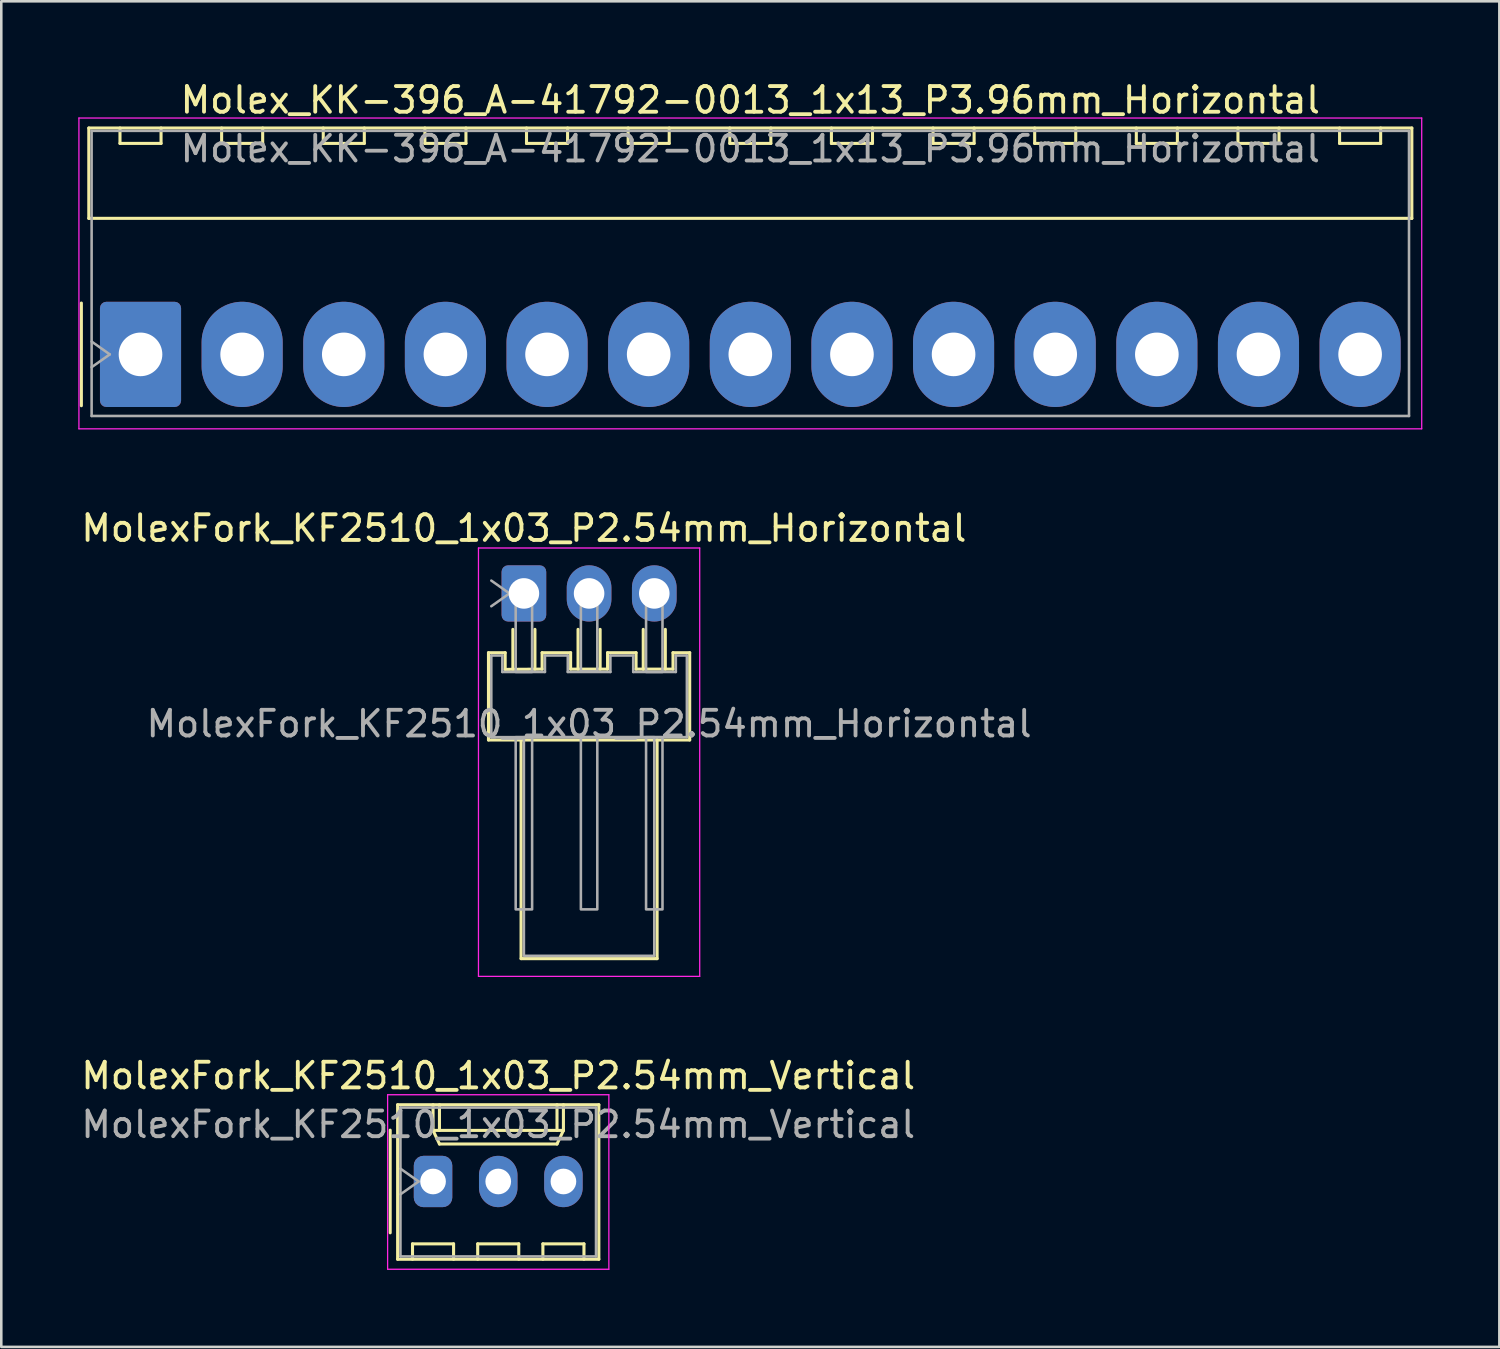
<source format=kicad_pcb>
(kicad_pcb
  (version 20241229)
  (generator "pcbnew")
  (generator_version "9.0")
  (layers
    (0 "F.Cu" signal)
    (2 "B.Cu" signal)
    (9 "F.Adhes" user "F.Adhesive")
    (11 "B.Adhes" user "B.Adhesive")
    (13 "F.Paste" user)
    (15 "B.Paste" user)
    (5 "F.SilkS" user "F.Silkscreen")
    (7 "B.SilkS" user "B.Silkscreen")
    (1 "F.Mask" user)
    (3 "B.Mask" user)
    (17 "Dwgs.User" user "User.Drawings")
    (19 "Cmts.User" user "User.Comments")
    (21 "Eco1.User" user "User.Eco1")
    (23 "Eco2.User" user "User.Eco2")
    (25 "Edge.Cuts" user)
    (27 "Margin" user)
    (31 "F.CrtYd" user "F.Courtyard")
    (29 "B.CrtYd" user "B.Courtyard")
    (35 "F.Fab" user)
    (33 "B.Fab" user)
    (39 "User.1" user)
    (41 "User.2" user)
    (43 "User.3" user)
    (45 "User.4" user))
  (footprint "Molex_KK-396_A-41792-0013_1x13_P3.96mm_Horizontal"
    (layer "F.Cu")
    (at 2.425 10.758)
    (property "Reference" "Molex_KK-396_A-41792-0013_1x13_P3.96mm_Horizontal" (at 23.76 -9.91 0) (layer "F.SilkS") (effects (font (size 1 1) (thickness 0.15))))
    (attr through_hole)
    (fp_line (start -2.305 -2) (end -2.305 2) (stroke (width 0.12) (type solid)) (layer "F.SilkS"))
    (fp_line (start -2.015 -8.82) (end 49.535 -8.82) (stroke (width 0.12) (type solid)) (layer "F.SilkS"))
    (fp_line (start -2.015 -5.3) (end -2.015 -8.82) (stroke (width 0.12) (type solid)) (layer "F.SilkS"))
    (fp_line (start -0.8 -8.82) (end -0.8 -8.22) (stroke (width 0.12) (type solid)) (layer "F.SilkS"))
    (fp_line (start -0.8 -8.22) (end 0.8 -8.22) (stroke (width 0.12) (type solid)) (layer "F.SilkS"))
    (fp_line (start 0.8 -8.22) (end 0.8 -8.82) (stroke (width 0.12) (type solid)) (layer "F.SilkS"))
    (fp_line (start 3.16 -8.82) (end 3.16 -8.22) (stroke (width 0.12) (type solid)) (layer "F.SilkS"))
    (fp_line (start 3.16 -8.22) (end 4.76 -8.22) (stroke (width 0.12) (type solid)) (layer "F.SilkS"))
    (fp_line (start 4.76 -8.22) (end 4.76 -8.82) (stroke (width 0.12) (type solid)) (layer "F.SilkS"))
    (fp_line (start 7.12 -8.82) (end 7.12 -8.22) (stroke (width 0.12) (type solid)) (layer "F.SilkS"))
    (fp_line (start 7.12 -8.22) (end 8.72 -8.22) (stroke (width 0.12) (type solid)) (layer "F.SilkS"))
    (fp_line (start 8.72 -8.22) (end 8.72 -8.82) (stroke (width 0.12) (type solid)) (layer "F.SilkS"))
    (fp_line (start 11.08 -8.82) (end 11.08 -8.22) (stroke (width 0.12) (type solid)) (layer "F.SilkS"))
    (fp_line (start 11.08 -8.22) (end 12.68 -8.22) (stroke (width 0.12) (type solid)) (layer "F.SilkS"))
    (fp_line (start 12.68 -8.22) (end 12.68 -8.82) (stroke (width 0.12) (type solid)) (layer "F.SilkS"))
    (fp_line (start 15.04 -8.82) (end 15.04 -8.22) (stroke (width 0.12) (type solid)) (layer "F.SilkS"))
    (fp_line (start 15.04 -8.22) (end 16.64 -8.22) (stroke (width 0.12) (type solid)) (layer "F.SilkS"))
    (fp_line (start 16.64 -8.22) (end 16.64 -8.82) (stroke (width 0.12) (type solid)) (layer "F.SilkS"))
    (fp_line (start 19 -8.82) (end 19 -8.22) (stroke (width 0.12) (type solid)) (layer "F.SilkS"))
    (fp_line (start 19 -8.22) (end 20.6 -8.22) (stroke (width 0.12) (type solid)) (layer "F.SilkS"))
    (fp_line (start 20.6 -8.22) (end 20.6 -8.82) (stroke (width 0.12) (type solid)) (layer "F.SilkS"))
    (fp_line (start 22.96 -8.82) (end 22.96 -8.22) (stroke (width 0.12) (type solid)) (layer "F.SilkS"))
    (fp_line (start 22.96 -8.22) (end 24.56 -8.22) (stroke (width 0.12) (type solid)) (layer "F.SilkS"))
    (fp_line (start 24.56 -8.22) (end 24.56 -8.82) (stroke (width 0.12) (type solid)) (layer "F.SilkS"))
    (fp_line (start 26.92 -8.82) (end 26.92 -8.22) (stroke (width 0.12) (type solid)) (layer "F.SilkS"))
    (fp_line (start 26.92 -8.22) (end 28.52 -8.22) (stroke (width 0.12) (type solid)) (layer "F.SilkS"))
    (fp_line (start 28.52 -8.22) (end 28.52 -8.82) (stroke (width 0.12) (type solid)) (layer "F.SilkS"))
    (fp_line (start 30.88 -8.82) (end 30.88 -8.22) (stroke (width 0.12) (type solid)) (layer "F.SilkS"))
    (fp_line (start 30.88 -8.22) (end 32.48 -8.22) (stroke (width 0.12) (type solid)) (layer "F.SilkS"))
    (fp_line (start 32.48 -8.22) (end 32.48 -8.82) (stroke (width 0.12) (type solid)) (layer "F.SilkS"))
    (fp_line (start 34.84 -8.82) (end 34.84 -8.22) (stroke (width 0.12) (type solid)) (layer "F.SilkS"))
    (fp_line (start 34.84 -8.22) (end 36.44 -8.22) (stroke (width 0.12) (type solid)) (layer "F.SilkS"))
    (fp_line (start 36.44 -8.22) (end 36.44 -8.82) (stroke (width 0.12) (type solid)) (layer "F.SilkS"))
    (fp_line (start 38.8 -8.82) (end 38.8 -8.22) (stroke (width 0.12) (type solid)) (layer "F.SilkS"))
    (fp_line (start 38.8 -8.22) (end 40.4 -8.22) (stroke (width 0.12) (type solid)) (layer "F.SilkS"))
    (fp_line (start 40.4 -8.22) (end 40.4 -8.82) (stroke (width 0.12) (type solid)) (layer "F.SilkS"))
    (fp_line (start 42.76 -8.82) (end 42.76 -8.22) (stroke (width 0.12) (type solid)) (layer "F.SilkS"))
    (fp_line (start 42.76 -8.22) (end 44.36 -8.22) (stroke (width 0.12) (type solid)) (layer "F.SilkS"))
    (fp_line (start 44.36 -8.22) (end 44.36 -8.82) (stroke (width 0.12) (type solid)) (layer "F.SilkS"))
    (fp_line (start 46.72 -8.82) (end 46.72 -8.22) (stroke (width 0.12) (type solid)) (layer "F.SilkS"))
    (fp_line (start 46.72 -8.22) (end 48.32 -8.22) (stroke (width 0.12) (type solid)) (layer "F.SilkS"))
    (fp_line (start 48.32 -8.22) (end 48.32 -8.82) (stroke (width 0.12) (type solid)) (layer "F.SilkS"))
    (fp_line (start 49.535 -8.82) (end 49.535 -5.3) (stroke (width 0.12) (type solid)) (layer "F.SilkS"))
    (fp_line (start 49.535 -5.3) (end -2.015 -5.3) (stroke (width 0.12) (type solid)) (layer "F.SilkS"))
    (fp_line (start -2.4 -9.21) (end -2.4 2.9) (stroke (width 0.05) (type solid)) (layer "F.CrtYd"))
    (fp_line (start -2.4 2.9) (end 49.92 2.9) (stroke (width 0.05) (type solid)) (layer "F.CrtYd"))
    (fp_line (start 49.92 -9.21) (end -2.4 -9.21) (stroke (width 0.05) (type solid)) (layer "F.CrtYd"))
    (fp_line (start 49.92 2.9) (end 49.92 -9.21) (stroke (width 0.05) (type solid)) (layer "F.CrtYd"))
    (fp_line (start -1.905 -8.71) (end 49.425 -8.71) (stroke (width 0.1) (type solid)) (layer "F.Fab"))
    (fp_line (start -1.905 -0.5) (end -1.198 0) (stroke (width 0.1) (type solid)) (layer "F.Fab"))
    (fp_line (start -1.905 2.4) (end -1.905 -8.71) (stroke (width 0.1) (type solid)) (layer "F.Fab"))
    (fp_line (start -1.198 0) (end -1.905 0.5) (stroke (width 0.1) (type solid)) (layer "F.Fab"))
    (fp_line (start 49.425 -8.71) (end 49.425 2.4) (stroke (width 0.1) (type solid)) (layer "F.Fab"))
    (fp_line (start 49.425 2.4) (end -1.905 2.4) (stroke (width 0.1) (type solid)) (layer "F.Fab"))
    (fp_text user "${REFERENCE}" (at 23.76 -8.01 0) (layer "F.Fab") (effects (font (size 1 1) (thickness 0.15))))
    (pad "1" thru_hole roundrect (at 0 0) (size 3.16 4.1) (drill 1.7) (layers "*.Cu" "*.Mask") (roundrect_rratio 0.079))
    (pad "2" thru_hole oval (at 3.96 0) (size 3.16 4.1) (drill 1.7) (layers "*.Cu" "*.Mask"))
    (pad "3" thru_hole oval (at 7.92 0) (size 3.16 4.1) (drill 1.7) (layers "*.Cu" "*.Mask"))
    (pad "4" thru_hole oval (at 11.88 0) (size 3.16 4.1) (drill 1.7) (layers "*.Cu" "*.Mask"))
    (pad "5" thru_hole oval (at 15.84 0) (size 3.16 4.1) (drill 1.7) (layers "*.Cu" "*.Mask"))
    (pad "6" thru_hole oval (at 19.8 0) (size 3.16 4.1) (drill 1.7) (layers "*.Cu" "*.Mask"))
    (pad "7" thru_hole oval (at 23.76 0) (size 3.16 4.1) (drill 1.7) (layers "*.Cu" "*.Mask"))
    (pad "8" thru_hole oval (at 27.72 0) (size 3.16 4.1) (drill 1.7) (layers "*.Cu" "*.Mask"))
    (pad "9" thru_hole oval (at 31.68 0) (size 3.16 4.1) (drill 1.7) (layers "*.Cu" "*.Mask"))
    (pad "10" thru_hole oval (at 35.64 0) (size 3.16 4.1) (drill 1.7) (layers "*.Cu" "*.Mask"))
    (pad "11" thru_hole oval (at 39.6 0) (size 3.16 4.1) (drill 1.7) (layers "*.Cu" "*.Mask"))
    (pad "12" thru_hole oval (at 43.56 0) (size 3.16 4.1) (drill 1.7) (layers "*.Cu" "*.Mask"))
    (pad "13" thru_hole oval (at 47.52 0) (size 3.16 4.1) (drill 1.7) (layers "*.Cu" "*.Mask")))
  (footprint "MolexFork_KF2510_1x03_P2.54mm_Horizontal"
    (layer "F.Cu")
    (at 17.363 20.072)
    (property "Reference" "MolexFork_KF2510_1x03_P2.54mm_Horizontal" (at 0 -2.54 0) (layer "F.SilkS") (effects (font (size 1 1) (thickness 0.15))))
    (attr through_hole)
    (fp_line (start -1.38 2.31) (end -1.38 5.71) (stroke (width 0.12) (type default)) (layer "F.SilkS"))
    (fp_line (start -1.38 2.31) (end -0.73 2.31) (stroke (width 0.12) (type default)) (layer "F.SilkS"))
    (fp_line (start -1.38 5.71) (end -0.11 5.71) (stroke (width 0.12) (type default)) (layer "F.SilkS"))
    (fp_line (start -0.73 2.31) (end -0.73 2.96) (stroke (width 0.12) (type default)) (layer "F.SilkS"))
    (fp_line (start -0.73 2.96) (end 0.71 2.95) (stroke (width 0.12) (type default)) (layer "F.SilkS"))
    (fp_line (start -0.43 1.4) (end -0.43 2.95) (stroke (width 0.12) (type default)) (layer "F.SilkS"))
    (fp_line (start -0.11 5.71) (end -0.11 14.23) (stroke (width 0.12) (type default)) (layer "F.SilkS"))
    (fp_line (start -0.11 5.71) (end 5.19 5.71) (stroke (width 0.12) (type default)) (layer "F.SilkS"))
    (fp_line (start 0.43 1.4) (end 0.43 2.95) (stroke (width 0.12) (type default)) (layer "F.SilkS"))
    (fp_line (start 0.71 2.31) (end 1.82 2.31) (stroke (width 0.12) (type default)) (layer "F.SilkS"))
    (fp_line (start 0.71 2.95) (end 0.71 2.31) (stroke (width 0.12) (type default)) (layer "F.SilkS"))
    (fp_line (start 1.82 2.31) (end 1.82 2.95) (stroke (width 0.12) (type default)) (layer "F.SilkS"))
    (fp_line (start 1.82 2.95) (end 3.26 2.95) (stroke (width 0.12) (type default)) (layer "F.SilkS"))
    (fp_line (start 2.11 1.4) (end 2.11 2.95) (stroke (width 0.12) (type default)) (layer "F.SilkS"))
    (fp_line (start 2.97 1.4) (end 2.97 2.95) (stroke (width 0.12) (type default)) (layer "F.SilkS"))
    (fp_line (start 3.26 2.31) (end 4.37 2.31) (stroke (width 0.12) (type default)) (layer "F.SilkS"))
    (fp_line (start 3.26 2.95) (end 3.26 2.31) (stroke (width 0.12) (type default)) (layer "F.SilkS"))
    (fp_line (start 4.37 2.31) (end 4.37 2.95) (stroke (width 0.12) (type default)) (layer "F.SilkS"))
    (fp_line (start 4.37 2.95) (end 4.65 2.95) (stroke (width 0.12) (type default)) (layer "F.SilkS"))
    (fp_line (start 4.65 1.4) (end 4.65 2.95) (stroke (width 0.12) (type default)) (layer "F.SilkS"))
    (fp_line (start 4.65 2.95) (end 5.81 2.95) (stroke (width 0.12) (type default)) (layer "F.SilkS"))
    (fp_line (start 5.19 5.71) (end 6.46 5.71) (stroke (width 0.12) (type default)) (layer "F.SilkS"))
    (fp_line (start 5.19 14.23) (end -0.11 14.23) (stroke (width 0.12) (type default)) (layer "F.SilkS"))
    (fp_line (start 5.19 14.23) (end 5.19 5.71) (stroke (width 0.12) (type default)) (layer "F.SilkS"))
    (fp_line (start 5.51 1.4) (end 5.51 2.95) (stroke (width 0.12) (type default)) (layer "F.SilkS"))
    (fp_line (start 5.81 2.31) (end 6.46 2.31) (stroke (width 0.12) (type default)) (layer "F.SilkS"))
    (fp_line (start 5.81 2.95) (end 5.81 2.31) (stroke (width 0.12) (type default)) (layer "F.SilkS"))
    (fp_line (start 6.46 5.71) (end 6.46 2.31) (stroke (width 0.12) (type default)) (layer "F.SilkS"))
    (fp_line (start -1.77 -1.77) (end 6.85 -1.77) (stroke (width 0.05) (type solid)) (layer "F.CrtYd"))
    (fp_line (start -1.77 14.92) (end -1.77 -1.77) (stroke (width 0.05) (type solid)) (layer "F.CrtYd"))
    (fp_line (start 6.85 -1.77) (end 6.85 14.92) (stroke (width 0.05) (type solid)) (layer "F.CrtYd"))
    (fp_line (start 6.85 14.92) (end -1.77 14.92) (stroke (width 0.05) (type solid)) (layer "F.CrtYd"))
    (fp_line (start -1.27 0.5) (end -0.563 0) (stroke (width 0.1) (type solid)) (layer "F.Fab"))
    (fp_line (start -1.27 2.42) (end -0.84 2.42) (stroke (width 0.1) (type default)) (layer "F.Fab"))
    (fp_line (start -1.27 5.6) (end -1.27 2.42) (stroke (width 0.1) (type default)) (layer "F.Fab"))
    (fp_line (start -1.27 5.6) (end 6.35 5.6) (stroke (width 0.1) (type default)) (layer "F.Fab"))
    (fp_line (start -1.26 5.6) (end -1.11 5.6) (stroke (width 0.1) (type default)) (layer "F.Fab"))
    (fp_line (start -0.84 2.42) (end -0.84 3.06) (stroke (width 0.1) (type default)) (layer "F.Fab"))
    (fp_line (start -0.84 3.06) (end 0.82 3.06) (stroke (width 0.1) (type default)) (layer "F.Fab"))
    (fp_line (start -0.563 0) (end -1.27 -0.5) (stroke (width 0.1) (type solid)) (layer "F.Fab"))
    (fp_line (start 0.82 2.42) (end 1.71 2.42) (stroke (width 0.1) (type default)) (layer "F.Fab"))
    (fp_line (start 0.82 3.06) (end 0.82 2.42) (stroke (width 0.1) (type default)) (layer "F.Fab"))
    (fp_line (start 1.71 2.42) (end 1.71 3.06) (stroke (width 0.1) (type default)) (layer "F.Fab"))
    (fp_line (start 1.71 3.06) (end 3.37 3.06) (stroke (width 0.1) (type default)) (layer "F.Fab"))
    (fp_line (start 3.37 2.42) (end 4.26 2.42) (stroke (width 0.1) (type default)) (layer "F.Fab"))
    (fp_line (start 3.37 3.06) (end 3.37 2.42) (stroke (width 0.1) (type default)) (layer "F.Fab"))
    (fp_line (start 4.26 2.42) (end 4.26 3.06) (stroke (width 0.1) (type default)) (layer "F.Fab"))
    (fp_line (start 4.26 3.06) (end 5.92 3.06) (stroke (width 0.1) (type default)) (layer "F.Fab"))
    (fp_line (start 5.92 2.42) (end 6.35 2.42) (stroke (width 0.1) (type default)) (layer "F.Fab"))
    (fp_line (start 5.92 3.06) (end 5.92 2.42) (stroke (width 0.1) (type default)) (layer "F.Fab"))
    (fp_line (start 6.35 5.6) (end 6.35 2.42) (stroke (width 0.1) (type default)) (layer "F.Fab"))
    (fp_rect (start -0.32 -0.32) (end 0.32 3.06) (stroke (width 0.1) (type default)) (fill no) (layer "F.Fab"))
    (fp_rect (start -0.32 5.6) (end 0.32 12.31) (stroke (width 0.1) (type default)) (fill no) (layer "F.Fab"))
    (fp_rect (start 0 5.6) (end 5.08 14.12) (stroke (width 0.1) (type default)) (fill no) (layer "F.Fab"))
    (fp_rect (start 2.22 -0.32) (end 2.86 3.04) (stroke (width 0.1) (type default)) (fill no) (layer "F.Fab"))
    (fp_rect (start 2.22 5.6) (end 2.86 12.31) (stroke (width 0.1) (type default)) (fill no) (layer "F.Fab"))
    (fp_rect (start 4.76 -0.32) (end 5.4 3.06) (stroke (width 0.1) (type default)) (fill no) (layer "F.Fab"))
    (fp_rect (start 4.76 5.6) (end 5.4 12.31) (stroke (width 0.1) (type default)) (fill no) (layer "F.Fab"))
    (fp_text user "${REFERENCE}" (at 2.54 5.08 0) (layer "F.Fab") (effects (font (size 1 1) (thickness 0.15))))
    (pad "1" thru_hole roundrect (at 0 0 180) (size 1.74 2.19) (drill 1.19) (layers "*.Cu" "*.Mask") (roundrect_rratio 0.144))
    (pad "2" thru_hole oval (at 2.54 0 180) (size 1.74 2.19) (drill 1.19) (layers "*.Cu" "*.Mask"))
    (pad "3" thru_hole oval (at 5.08 0 180) (size 1.74 2.19) (drill 1.19) (layers "*.Cu" "*.Mask")))
  (footprint "MolexFork_KF2510_1x03_P2.54mm_Vertical"
    (layer "F.Cu")
    (at 13.823 42.985)
    (property "Reference" "MolexFork_KF2510_1x03_P2.54mm_Vertical" (at 2.54 -4.12 0) (layer "F.SilkS") (effects (font (size 1 1) (thickness 0.15))))
    (attr through_hole)
    (fp_line (start -1.67 2) (end -1.67 -2) (stroke (width 0.12) (type solid)) (layer "F.SilkS"))
    (fp_line (start -1.38 -2.99) (end -1.38 3.03) (stroke (width 0.12) (type solid)) (layer "F.SilkS"))
    (fp_line (start -1.38 3.03) (end 6.46 3.03) (stroke (width 0.12) (type solid)) (layer "F.SilkS"))
    (fp_line (start -0.8 2.43) (end -0.8 3.03) (stroke (width 0.12) (type solid)) (layer "F.SilkS"))
    (fp_line (start 0 -1.99) (end 0 -2.99) (stroke (width 0.12) (type solid)) (layer "F.SilkS"))
    (fp_line (start 0.25 -2.99) (end 0.25 -1.99) (stroke (width 0.12) (type solid)) (layer "F.SilkS"))
    (fp_line (start 0.25 -1.46) (end 0 -1.99) (stroke (width 0.12) (type solid)) (layer "F.SilkS"))
    (fp_line (start 0.8 2.43) (end -0.8 2.43) (stroke (width 0.12) (type solid)) (layer "F.SilkS"))
    (fp_line (start 0.8 3.03) (end 0.8 2.43) (stroke (width 0.12) (type solid)) (layer "F.SilkS"))
    (fp_line (start 1.74 2.43) (end 1.74 3.03) (stroke (width 0.12) (type solid)) (layer "F.SilkS"))
    (fp_line (start 3.34 2.43) (end 1.74 2.43) (stroke (width 0.12) (type solid)) (layer "F.SilkS"))
    (fp_line (start 3.34 3.03) (end 3.34 2.43) (stroke (width 0.12) (type solid)) (layer "F.SilkS"))
    (fp_line (start 4.28 2.43) (end 4.28 3.03) (stroke (width 0.12) (type solid)) (layer "F.SilkS"))
    (fp_line (start 4.83 -2.99) (end 4.83 -1.99) (stroke (width 0.12) (type solid)) (layer "F.SilkS"))
    (fp_line (start 4.83 -1.46) (end 0.25 -1.46) (stroke (width 0.12) (type solid)) (layer "F.SilkS"))
    (fp_line (start 5.08 -2.99) (end 5.08 -1.99) (stroke (width 0.12) (type solid)) (layer "F.SilkS"))
    (fp_line (start 5.08 -1.99) (end 0 -1.99) (stroke (width 0.12) (type solid)) (layer "F.SilkS"))
    (fp_line (start 5.08 -1.99) (end 4.83 -1.46) (stroke (width 0.12) (type solid)) (layer "F.SilkS"))
    (fp_line (start 5.88 2.43) (end 4.28 2.43) (stroke (width 0.12) (type solid)) (layer "F.SilkS"))
    (fp_line (start 5.88 3.03) (end 5.88 2.43) (stroke (width 0.12) (type solid)) (layer "F.SilkS"))
    (fp_line (start 6.46 -2.99) (end -1.38 -2.99) (stroke (width 0.12) (type solid)) (layer "F.SilkS"))
    (fp_line (start 6.46 3.03) (end 6.46 -2.99) (stroke (width 0.12) (type solid)) (layer "F.SilkS"))
    (fp_line (start -1.77 -3.38) (end -1.77 3.42) (stroke (width 0.05) (type solid)) (layer "F.CrtYd"))
    (fp_line (start -1.77 3.42) (end 6.85 3.42) (stroke (width 0.05) (type solid)) (layer "F.CrtYd"))
    (fp_line (start 6.85 -3.38) (end -1.77 -3.38) (stroke (width 0.05) (type solid)) (layer "F.CrtYd"))
    (fp_line (start 6.85 3.42) (end 6.85 -3.38) (stroke (width 0.05) (type solid)) (layer "F.CrtYd"))
    (fp_line (start -1.27 -2.88) (end -1.27 2.92) (stroke (width 0.1) (type solid)) (layer "F.Fab"))
    (fp_line (start -1.27 0.5) (end -0.563 0) (stroke (width 0.1) (type solid)) (layer "F.Fab"))
    (fp_line (start -1.27 2.92) (end 6.35 2.92) (stroke (width 0.1) (type solid)) (layer "F.Fab"))
    (fp_line (start -0.563 0) (end -1.27 -0.5) (stroke (width 0.1) (type solid)) (layer "F.Fab"))
    (fp_line (start 6.35 -2.88) (end -1.27 -2.88) (stroke (width 0.1) (type solid)) (layer "F.Fab"))
    (fp_line (start 6.35 2.92) (end 6.35 -2.88) (stroke (width 0.1) (type solid)) (layer "F.Fab"))
    (fp_text user "${REFERENCE}" (at 2.54 -2.22 0) (layer "F.Fab") (effects (font (size 1 1) (thickness 0.15))))
    (pad "1" thru_hole roundrect (at 0 0) (size 1.5 2) (drill 1) (layers "*.Cu" "*.Mask") (roundrect_rratio 0.25))
    (pad "2" thru_hole oval (at 2.54 0) (size 1.5 2) (drill 1) (layers "*.Cu" "*.Mask"))
    (pad "3" thru_hole oval (at 5.08 0) (size 1.5 2) (drill 1) (layers "*.Cu" "*.Mask")))
  (gr_rect
    (start -3 -3)
    (end 55.37 49.43)
    (stroke (width 0.1) (type default))
    (fill no)
    (layer "Edge.Cuts")))
</source>
